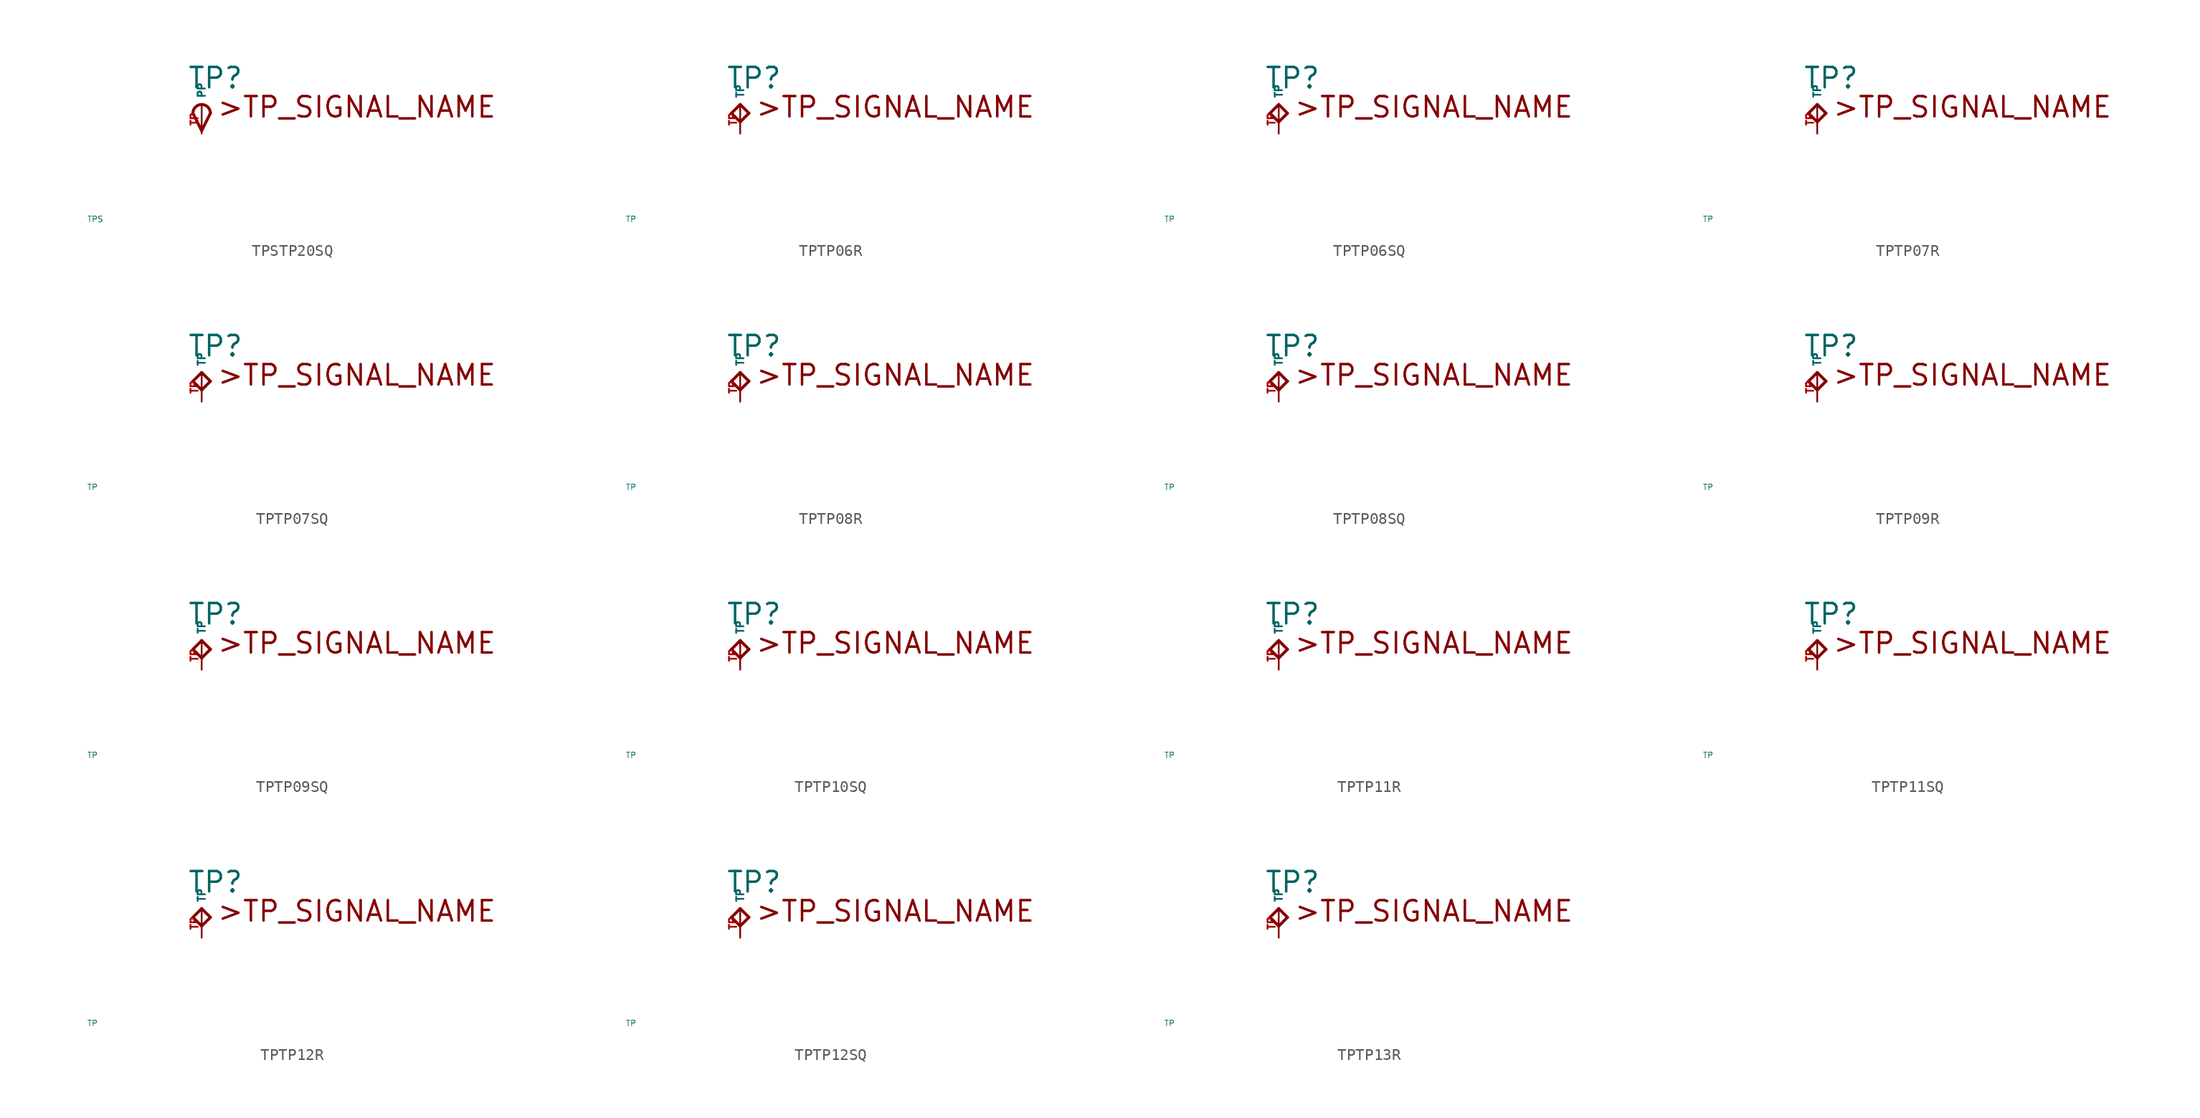
<source format=kicad_sym>
(kicad_symbol_lib
  (version 20220914)
  (generator Eagle2Kicad)
  (symbol "TPSTP20SQ"
    (property "Reference" "TP"
      (at -1.27 1.27 0)
      (effects (font (size 1.778 1.778) (thickness 0.22)) (justify left bottom)))
    (property "Value" "TPS"
      (at -10 -10 0)
      (effects (font (size 0.5 0.5) (thickness 0.06)) (justify left)))
    (polyline
      (pts (xy 0.762 -0.762) (xy 0 -2.286))
      (stroke (width 0.254) (type default))
      (fill (type none)))
    (polyline
      (pts (xy 0 -2.286) (xy -0.762 -0.762))
      (stroke (width 0.254) (type default))
      (fill (type none)))
    (arc
      (start 0.762 -0.762)
      (mid 0.000 0.000)
      (end -0.762 -0.762)
      (stroke (width 0.254) (type default))
      (fill (type none)))
    (text ">TP_SIGNAL_NAME"
      (at 1.27 -1.27 0)
      (effects (font (size 1.778 1.778) (thickness 0.22)) (justify left bottom)))
    (pin input line
      (at 0 -2.54 90)
      (length 2.54)
      (name "PP" (effects (font (size 0.635 0.635) (thickness 0.08)) (justify left bottom)))
      (number "TP" (effects (font (size 0.635 0.635) (thickness 0.08)) (justify left bottom)))))
  (symbol "TPTP06R"
    (property "Reference" "TP"
      (at -1.27 1.27 0)
      (effects (font (size 1.778 1.778) (thickness 0.22)) (justify left bottom)))
    (property "Value" "TP"
      (at -10 -10 0)
      (effects (font (size 0.5 0.5) (thickness 0.06)) (justify left)))
    (polyline
      (pts (xy -0.762 -0.762) (xy 0 0))
      (stroke (width 0.254) (type default))
      (fill (type none)))
    (polyline
      (pts (xy 0 0) (xy 0.762 -0.762))
      (stroke (width 0.254) (type default))
      (fill (type none)))
    (polyline
      (pts (xy 0.762 -0.762) (xy 0 -1.524))
      (stroke (width 0.254) (type default))
      (fill (type none)))
    (polyline
      (pts (xy 0 -1.524) (xy -0.762 -0.762))
      (stroke (width 0.254) (type default))
      (fill (type none)))
    (text ">TP_SIGNAL_NAME"
      (at 1.27 -1.27 0)
      (effects (font (size 1.778 1.778) (thickness 0.22)) (justify left bottom)))
    (pin input line
      (at 0 -2.54 90)
      (length 2.54)
      (name "TP" (effects (font (size 0.635 0.635) (thickness 0.08)) (justify left bottom)))
      (number "TP" (effects (font (size 0.635 0.635) (thickness 0.08)) (justify left bottom)))))
  (symbol "TPTP06SQ"
    (property "Reference" "TP"
      (at -1.27 1.27 0)
      (effects (font (size 1.778 1.778) (thickness 0.22)) (justify left bottom)))
    (property "Value" "TP"
      (at -10 -10 0)
      (effects (font (size 0.5 0.5) (thickness 0.06)) (justify left)))
    (polyline
      (pts (xy -0.762 -0.762) (xy 0 0))
      (stroke (width 0.254) (type default))
      (fill (type none)))
    (polyline
      (pts (xy 0 0) (xy 0.762 -0.762))
      (stroke (width 0.254) (type default))
      (fill (type none)))
    (polyline
      (pts (xy 0.762 -0.762) (xy 0 -1.524))
      (stroke (width 0.254) (type default))
      (fill (type none)))
    (polyline
      (pts (xy 0 -1.524) (xy -0.762 -0.762))
      (stroke (width 0.254) (type default))
      (fill (type none)))
    (text ">TP_SIGNAL_NAME"
      (at 1.27 -1.27 0)
      (effects (font (size 1.778 1.778) (thickness 0.22)) (justify left bottom)))
    (pin input line
      (at 0 -2.54 90)
      (length 2.54)
      (name "TP" (effects (font (size 0.635 0.635) (thickness 0.08)) (justify left bottom)))
      (number "TP" (effects (font (size 0.635 0.635) (thickness 0.08)) (justify left bottom)))))
  (symbol "TPTP07R"
    (property "Reference" "TP"
      (at -1.27 1.27 0)
      (effects (font (size 1.778 1.778) (thickness 0.22)) (justify left bottom)))
    (property "Value" "TP"
      (at -10 -10 0)
      (effects (font (size 0.5 0.5) (thickness 0.06)) (justify left)))
    (polyline
      (pts (xy -0.762 -0.762) (xy 0 0))
      (stroke (width 0.254) (type default))
      (fill (type none)))
    (polyline
      (pts (xy 0 0) (xy 0.762 -0.762))
      (stroke (width 0.254) (type default))
      (fill (type none)))
    (polyline
      (pts (xy 0.762 -0.762) (xy 0 -1.524))
      (stroke (width 0.254) (type default))
      (fill (type none)))
    (polyline
      (pts (xy 0 -1.524) (xy -0.762 -0.762))
      (stroke (width 0.254) (type default))
      (fill (type none)))
    (text ">TP_SIGNAL_NAME"
      (at 1.27 -1.27 0)
      (effects (font (size 1.778 1.778) (thickness 0.22)) (justify left bottom)))
    (pin input line
      (at 0 -2.54 90)
      (length 2.54)
      (name "TP" (effects (font (size 0.635 0.635) (thickness 0.08)) (justify left bottom)))
      (number "TP" (effects (font (size 0.635 0.635) (thickness 0.08)) (justify left bottom)))))
  (symbol "TPTP07SQ"
    (property "Reference" "TP"
      (at -1.27 1.27 0)
      (effects (font (size 1.778 1.778) (thickness 0.22)) (justify left bottom)))
    (property "Value" "TP"
      (at -10 -10 0)
      (effects (font (size 0.5 0.5) (thickness 0.06)) (justify left)))
    (polyline
      (pts (xy -0.762 -0.762) (xy 0 0))
      (stroke (width 0.254) (type default))
      (fill (type none)))
    (polyline
      (pts (xy 0 0) (xy 0.762 -0.762))
      (stroke (width 0.254) (type default))
      (fill (type none)))
    (polyline
      (pts (xy 0.762 -0.762) (xy 0 -1.524))
      (stroke (width 0.254) (type default))
      (fill (type none)))
    (polyline
      (pts (xy 0 -1.524) (xy -0.762 -0.762))
      (stroke (width 0.254) (type default))
      (fill (type none)))
    (text ">TP_SIGNAL_NAME"
      (at 1.27 -1.27 0)
      (effects (font (size 1.778 1.778) (thickness 0.22)) (justify left bottom)))
    (pin input line
      (at 0 -2.54 90)
      (length 2.54)
      (name "TP" (effects (font (size 0.635 0.635) (thickness 0.08)) (justify left bottom)))
      (number "TP" (effects (font (size 0.635 0.635) (thickness 0.08)) (justify left bottom)))))
  (symbol "TPTP08R"
    (property "Reference" "TP"
      (at -1.27 1.27 0)
      (effects (font (size 1.778 1.778) (thickness 0.22)) (justify left bottom)))
    (property "Value" "TP"
      (at -10 -10 0)
      (effects (font (size 0.5 0.5) (thickness 0.06)) (justify left)))
    (polyline
      (pts (xy -0.762 -0.762) (xy 0 0))
      (stroke (width 0.254) (type default))
      (fill (type none)))
    (polyline
      (pts (xy 0 0) (xy 0.762 -0.762))
      (stroke (width 0.254) (type default))
      (fill (type none)))
    (polyline
      (pts (xy 0.762 -0.762) (xy 0 -1.524))
      (stroke (width 0.254) (type default))
      (fill (type none)))
    (polyline
      (pts (xy 0 -1.524) (xy -0.762 -0.762))
      (stroke (width 0.254) (type default))
      (fill (type none)))
    (text ">TP_SIGNAL_NAME"
      (at 1.27 -1.27 0)
      (effects (font (size 1.778 1.778) (thickness 0.22)) (justify left bottom)))
    (pin input line
      (at 0 -2.54 90)
      (length 2.54)
      (name "TP" (effects (font (size 0.635 0.635) (thickness 0.08)) (justify left bottom)))
      (number "TP" (effects (font (size 0.635 0.635) (thickness 0.08)) (justify left bottom)))))
  (symbol "TPTP08SQ"
    (property "Reference" "TP"
      (at -1.27 1.27 0)
      (effects (font (size 1.778 1.778) (thickness 0.22)) (justify left bottom)))
    (property "Value" "TP"
      (at -10 -10 0)
      (effects (font (size 0.5 0.5) (thickness 0.06)) (justify left)))
    (polyline
      (pts (xy -0.762 -0.762) (xy 0 0))
      (stroke (width 0.254) (type default))
      (fill (type none)))
    (polyline
      (pts (xy 0 0) (xy 0.762 -0.762))
      (stroke (width 0.254) (type default))
      (fill (type none)))
    (polyline
      (pts (xy 0.762 -0.762) (xy 0 -1.524))
      (stroke (width 0.254) (type default))
      (fill (type none)))
    (polyline
      (pts (xy 0 -1.524) (xy -0.762 -0.762))
      (stroke (width 0.254) (type default))
      (fill (type none)))
    (text ">TP_SIGNAL_NAME"
      (at 1.27 -1.27 0)
      (effects (font (size 1.778 1.778) (thickness 0.22)) (justify left bottom)))
    (pin input line
      (at 0 -2.54 90)
      (length 2.54)
      (name "TP" (effects (font (size 0.635 0.635) (thickness 0.08)) (justify left bottom)))
      (number "TP" (effects (font (size 0.635 0.635) (thickness 0.08)) (justify left bottom)))))
  (symbol "TPTP09R"
    (property "Reference" "TP"
      (at -1.27 1.27 0)
      (effects (font (size 1.778 1.778) (thickness 0.22)) (justify left bottom)))
    (property "Value" "TP"
      (at -10 -10 0)
      (effects (font (size 0.5 0.5) (thickness 0.06)) (justify left)))
    (polyline
      (pts (xy -0.762 -0.762) (xy 0 0))
      (stroke (width 0.254) (type default))
      (fill (type none)))
    (polyline
      (pts (xy 0 0) (xy 0.762 -0.762))
      (stroke (width 0.254) (type default))
      (fill (type none)))
    (polyline
      (pts (xy 0.762 -0.762) (xy 0 -1.524))
      (stroke (width 0.254) (type default))
      (fill (type none)))
    (polyline
      (pts (xy 0 -1.524) (xy -0.762 -0.762))
      (stroke (width 0.254) (type default))
      (fill (type none)))
    (text ">TP_SIGNAL_NAME"
      (at 1.27 -1.27 0)
      (effects (font (size 1.778 1.778) (thickness 0.22)) (justify left bottom)))
    (pin input line
      (at 0 -2.54 90)
      (length 2.54)
      (name "TP" (effects (font (size 0.635 0.635) (thickness 0.08)) (justify left bottom)))
      (number "TP" (effects (font (size 0.635 0.635) (thickness 0.08)) (justify left bottom)))))
  (symbol "TPTP09SQ"
    (property "Reference" "TP"
      (at -1.27 1.27 0)
      (effects (font (size 1.778 1.778) (thickness 0.22)) (justify left bottom)))
    (property "Value" "TP"
      (at -10 -10 0)
      (effects (font (size 0.5 0.5) (thickness 0.06)) (justify left)))
    (polyline
      (pts (xy -0.762 -0.762) (xy 0 0))
      (stroke (width 0.254) (type default))
      (fill (type none)))
    (polyline
      (pts (xy 0 0) (xy 0.762 -0.762))
      (stroke (width 0.254) (type default))
      (fill (type none)))
    (polyline
      (pts (xy 0.762 -0.762) (xy 0 -1.524))
      (stroke (width 0.254) (type default))
      (fill (type none)))
    (polyline
      (pts (xy 0 -1.524) (xy -0.762 -0.762))
      (stroke (width 0.254) (type default))
      (fill (type none)))
    (text ">TP_SIGNAL_NAME"
      (at 1.27 -1.27 0)
      (effects (font (size 1.778 1.778) (thickness 0.22)) (justify left bottom)))
    (pin input line
      (at 0 -2.54 90)
      (length 2.54)
      (name "TP" (effects (font (size 0.635 0.635) (thickness 0.08)) (justify left bottom)))
      (number "TP" (effects (font (size 0.635 0.635) (thickness 0.08)) (justify left bottom)))))
  (symbol "TPTP10SQ"
    (property "Reference" "TP"
      (at -1.27 1.27 0)
      (effects (font (size 1.778 1.778) (thickness 0.22)) (justify left bottom)))
    (property "Value" "TP"
      (at -10 -10 0)
      (effects (font (size 0.5 0.5) (thickness 0.06)) (justify left)))
    (polyline
      (pts (xy -0.762 -0.762) (xy 0 0))
      (stroke (width 0.254) (type default))
      (fill (type none)))
    (polyline
      (pts (xy 0 0) (xy 0.762 -0.762))
      (stroke (width 0.254) (type default))
      (fill (type none)))
    (polyline
      (pts (xy 0.762 -0.762) (xy 0 -1.524))
      (stroke (width 0.254) (type default))
      (fill (type none)))
    (polyline
      (pts (xy 0 -1.524) (xy -0.762 -0.762))
      (stroke (width 0.254) (type default))
      (fill (type none)))
    (text ">TP_SIGNAL_NAME"
      (at 1.27 -1.27 0)
      (effects (font (size 1.778 1.778) (thickness 0.22)) (justify left bottom)))
    (pin input line
      (at 0 -2.54 90)
      (length 2.54)
      (name "TP" (effects (font (size 0.635 0.635) (thickness 0.08)) (justify left bottom)))
      (number "TP" (effects (font (size 0.635 0.635) (thickness 0.08)) (justify left bottom)))))
  (symbol "TPTP11R"
    (property "Reference" "TP"
      (at -1.27 1.27 0)
      (effects (font (size 1.778 1.778) (thickness 0.22)) (justify left bottom)))
    (property "Value" "TP"
      (at -10 -10 0)
      (effects (font (size 0.5 0.5) (thickness 0.06)) (justify left)))
    (polyline
      (pts (xy -0.762 -0.762) (xy 0 0))
      (stroke (width 0.254) (type default))
      (fill (type none)))
    (polyline
      (pts (xy 0 0) (xy 0.762 -0.762))
      (stroke (width 0.254) (type default))
      (fill (type none)))
    (polyline
      (pts (xy 0.762 -0.762) (xy 0 -1.524))
      (stroke (width 0.254) (type default))
      (fill (type none)))
    (polyline
      (pts (xy 0 -1.524) (xy -0.762 -0.762))
      (stroke (width 0.254) (type default))
      (fill (type none)))
    (text ">TP_SIGNAL_NAME"
      (at 1.27 -1.27 0)
      (effects (font (size 1.778 1.778) (thickness 0.22)) (justify left bottom)))
    (pin input line
      (at 0 -2.54 90)
      (length 2.54)
      (name "TP" (effects (font (size 0.635 0.635) (thickness 0.08)) (justify left bottom)))
      (number "TP" (effects (font (size 0.635 0.635) (thickness 0.08)) (justify left bottom)))))
  (symbol "TPTP11SQ"
    (property "Reference" "TP"
      (at -1.27 1.27 0)
      (effects (font (size 1.778 1.778) (thickness 0.22)) (justify left bottom)))
    (property "Value" "TP"
      (at -10 -10 0)
      (effects (font (size 0.5 0.5) (thickness 0.06)) (justify left)))
    (polyline
      (pts (xy -0.762 -0.762) (xy 0 0))
      (stroke (width 0.254) (type default))
      (fill (type none)))
    (polyline
      (pts (xy 0 0) (xy 0.762 -0.762))
      (stroke (width 0.254) (type default))
      (fill (type none)))
    (polyline
      (pts (xy 0.762 -0.762) (xy 0 -1.524))
      (stroke (width 0.254) (type default))
      (fill (type none)))
    (polyline
      (pts (xy 0 -1.524) (xy -0.762 -0.762))
      (stroke (width 0.254) (type default))
      (fill (type none)))
    (text ">TP_SIGNAL_NAME"
      (at 1.27 -1.27 0)
      (effects (font (size 1.778 1.778) (thickness 0.22)) (justify left bottom)))
    (pin input line
      (at 0 -2.54 90)
      (length 2.54)
      (name "TP" (effects (font (size 0.635 0.635) (thickness 0.08)) (justify left bottom)))
      (number "TP" (effects (font (size 0.635 0.635) (thickness 0.08)) (justify left bottom)))))
  (symbol "TPTP12R"
    (property "Reference" "TP"
      (at -1.27 1.27 0)
      (effects (font (size 1.778 1.778) (thickness 0.22)) (justify left bottom)))
    (property "Value" "TP"
      (at -10 -10 0)
      (effects (font (size 0.5 0.5) (thickness 0.06)) (justify left)))
    (polyline
      (pts (xy -0.762 -0.762) (xy 0 0))
      (stroke (width 0.254) (type default))
      (fill (type none)))
    (polyline
      (pts (xy 0 0) (xy 0.762 -0.762))
      (stroke (width 0.254) (type default))
      (fill (type none)))
    (polyline
      (pts (xy 0.762 -0.762) (xy 0 -1.524))
      (stroke (width 0.254) (type default))
      (fill (type none)))
    (polyline
      (pts (xy 0 -1.524) (xy -0.762 -0.762))
      (stroke (width 0.254) (type default))
      (fill (type none)))
    (text ">TP_SIGNAL_NAME"
      (at 1.27 -1.27 0)
      (effects (font (size 1.778 1.778) (thickness 0.22)) (justify left bottom)))
    (pin input line
      (at 0 -2.54 90)
      (length 2.54)
      (name "TP" (effects (font (size 0.635 0.635) (thickness 0.08)) (justify left bottom)))
      (number "TP" (effects (font (size 0.635 0.635) (thickness 0.08)) (justify left bottom)))))
  (symbol "TPTP12SQ"
    (property "Reference" "TP"
      (at -1.27 1.27 0)
      (effects (font (size 1.778 1.778) (thickness 0.22)) (justify left bottom)))
    (property "Value" "TP"
      (at -10 -10 0)
      (effects (font (size 0.5 0.5) (thickness 0.06)) (justify left)))
    (polyline
      (pts (xy -0.762 -0.762) (xy 0 0))
      (stroke (width 0.254) (type default))
      (fill (type none)))
    (polyline
      (pts (xy 0 0) (xy 0.762 -0.762))
      (stroke (width 0.254) (type default))
      (fill (type none)))
    (polyline
      (pts (xy 0.762 -0.762) (xy 0 -1.524))
      (stroke (width 0.254) (type default))
      (fill (type none)))
    (polyline
      (pts (xy 0 -1.524) (xy -0.762 -0.762))
      (stroke (width 0.254) (type default))
      (fill (type none)))
    (text ">TP_SIGNAL_NAME"
      (at 1.27 -1.27 0)
      (effects (font (size 1.778 1.778) (thickness 0.22)) (justify left bottom)))
    (pin input line
      (at 0 -2.54 90)
      (length 2.54)
      (name "TP" (effects (font (size 0.635 0.635) (thickness 0.08)) (justify left bottom)))
      (number "TP" (effects (font (size 0.635 0.635) (thickness 0.08)) (justify left bottom)))))
  (symbol "TPTP13R"
    (property "Reference" "TP"
      (at -1.27 1.27 0)
      (effects (font (size 1.778 1.778) (thickness 0.22)) (justify left bottom)))
    (property "Value" "TP"
      (at -10 -10 0)
      (effects (font (size 0.5 0.5) (thickness 0.06)) (justify left)))
    (polyline
      (pts (xy -0.762 -0.762) (xy 0 0))
      (stroke (width 0.254) (type default))
      (fill (type none)))
    (polyline
      (pts (xy 0 0) (xy 0.762 -0.762))
      (stroke (width 0.254) (type default))
      (fill (type none)))
    (polyline
      (pts (xy 0.762 -0.762) (xy 0 -1.524))
      (stroke (width 0.254) (type default))
      (fill (type none)))
    (polyline
      (pts (xy 0 -1.524) (xy -0.762 -0.762))
      (stroke (width 0.254) (type default))
      (fill (type none)))
    (text ">TP_SIGNAL_NAME"
      (at 1.27 -1.27 0)
      (effects (font (size 1.778 1.778) (thickness 0.22)) (justify left bottom)))
    (pin input line
      (at 0 -2.54 90)
      (length 2.54)
      (name "TP" (effects (font (size 0.635 0.635) (thickness 0.08)) (justify left bottom)))
      (number "TP" (effects (font (size 0.635 0.635) (thickness 0.08)) (justify left bottom))))))
</source>
